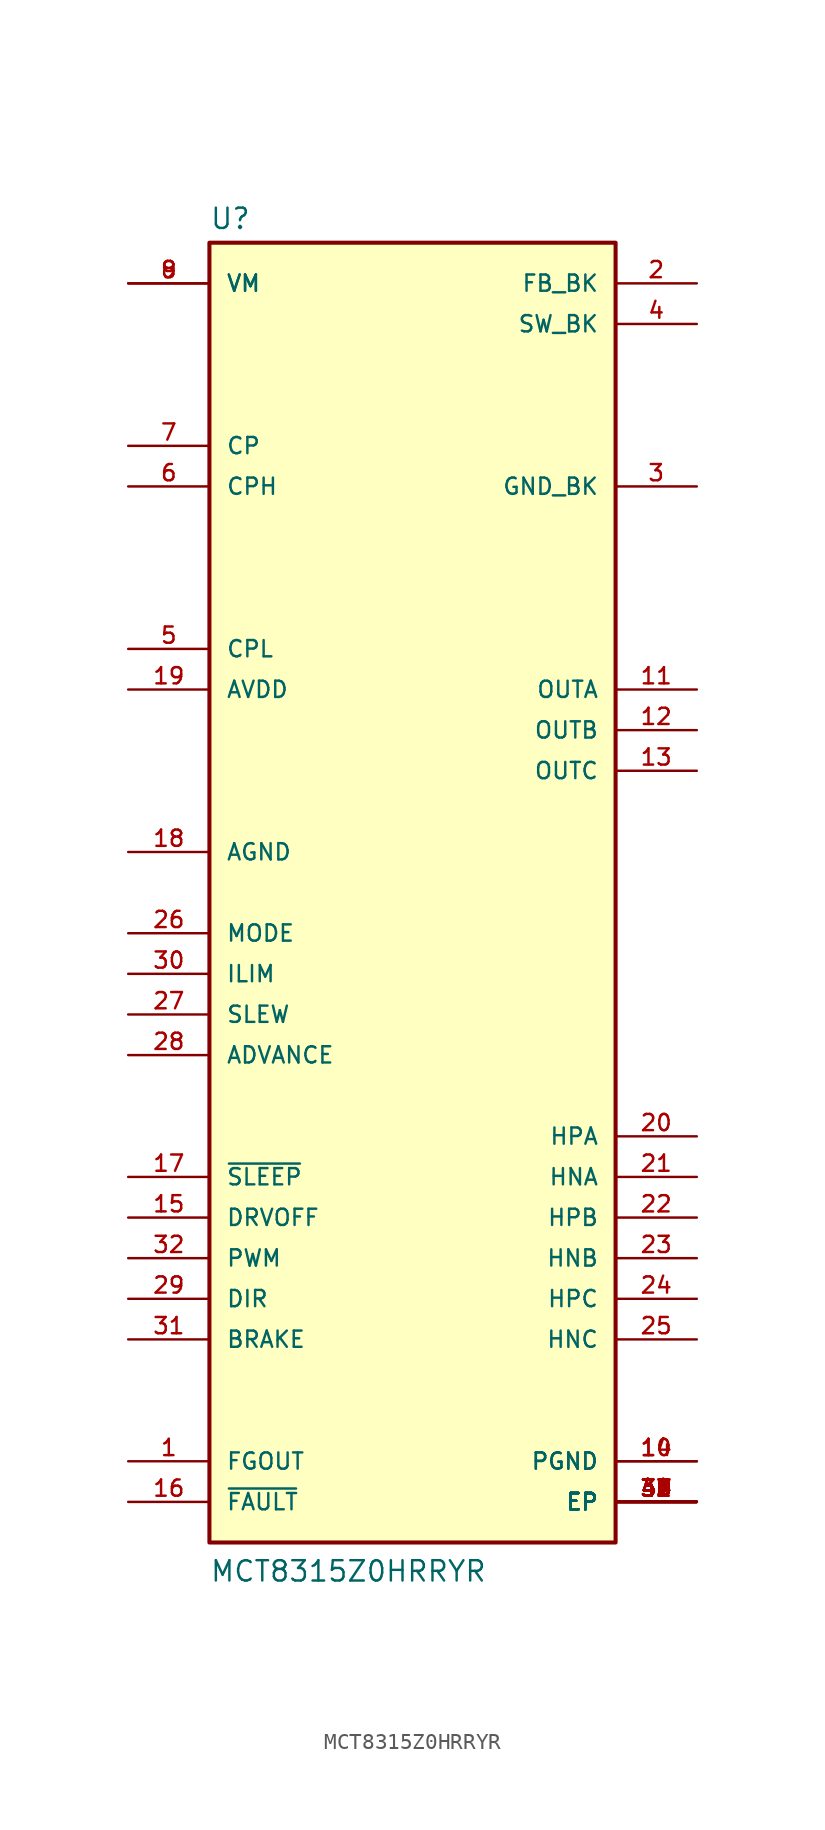
<source format=kicad_sym>
(kicad_symbol_lib
  (version 20231120)
  (generator "kicad_symbol_editor")
  (generator_version "8.0")
  (symbol "MCT8315Z0HRRYR"
    (pin_names
      (offset 1.016))
    (property "Reference" "U"
      (at -12.7 41.402 0)
      (effects (font (size 1.27 1.27)) (justify left bottom)))
    (property "Value" "MCT8315Z0HRRYR"
      (at -12.7 -43.18 0)
      (effects (font (size 1.27 1.27)) (justify left bottom)))
    (symbol "MCT8315Z0HRRYR_0_0"
      (rectangle (start -12.7 40.64) (end 12.7 -40.64) (stroke (width 0.254) (type default)) (fill (type background)))
      (pin output line (at -17.78 -35.56 0) (length 5.08) (name "FGOUT" (effects (font (size 1.016 1.016)))) (number "1" (effects (font (size 1.016 1.016)))))
      (pin power_in line (at 17.78 -35.56 180) (length 5.08) (name "PGND" (effects (font (size 1.016 1.016)))) (number "10" (effects (font (size 1.016 1.016)))))
      (pin power_in line (at 17.78 -35.56 180) (length 5.08) (name "PGND" (effects (font (size 1.016 1.016)))) (number "14" (effects (font (size 1.016 1.016)))))
      (pin input line (at -17.78 -20.32 0) (length 5.08) (name "DRVOFF" (effects (font (size 1.016 1.016)))) (number "15" (effects (font (size 1.016 1.016)))))
      (pin output line (at -17.78 -38.1 0) (length 5.08) (name "~{FAULT}" (effects (font (size 1.016 1.016)))) (number "16" (effects (font (size 1.016 1.016)))))
      (pin input line (at -17.78 -17.78 0) (length 5.08) (name "~{SLEEP}" (effects (font (size 1.016 1.016)))) (number "17" (effects (font (size 1.016 1.016)))))
      (pin power_in line (at -17.78 2.54 0) (length 5.08) (name "AGND" (effects (font (size 1.016 1.016)))) (number "18" (effects (font (size 1.016 1.016)))))
      (pin input line (at 17.78 38.1 180) (length 5.08) (name "FB_BK" (effects (font (size 1.016 1.016)))) (number "2" (effects (font (size 1.016 1.016)))))
      (pin input line (at 17.78 -15.24 180) (length 5.08) (name "HPA" (effects (font (size 1.016 1.016)))) (number "20" (effects (font (size 1.016 1.016)))))
      (pin input line (at 17.78 -17.78 180) (length 5.08) (name "HNA" (effects (font (size 1.016 1.016)))) (number "21" (effects (font (size 1.016 1.016)))))
      (pin input line (at 17.78 -20.32 180) (length 5.08) (name "HPB" (effects (font (size 1.016 1.016)))) (number "22" (effects (font (size 1.016 1.016)))))
      (pin input line (at 17.78 -22.86 180) (length 5.08) (name "HNB" (effects (font (size 1.016 1.016)))) (number "23" (effects (font (size 1.016 1.016)))))
      (pin input line (at 17.78 -25.4 180) (length 5.08) (name "HPC" (effects (font (size 1.016 1.016)))) (number "24" (effects (font (size 1.016 1.016)))))
      (pin input line (at 17.78 -27.94 180) (length 5.08) (name "HNC" (effects (font (size 1.016 1.016)))) (number "25" (effects (font (size 1.016 1.016)))))
      (pin input line (at -17.78 -2.54 0) (length 5.08) (name "MODE" (effects (font (size 1.016 1.016)))) (number "26" (effects (font (size 1.016 1.016)))))
      (pin input line (at -17.78 -7.62 0) (length 5.08) (name "SLEW" (effects (font (size 1.016 1.016)))) (number "27" (effects (font (size 1.016 1.016)))))
      (pin input line (at -17.78 -10.16 0) (length 5.08) (name "ADVANCE" (effects (font (size 1.016 1.016)))) (number "28" (effects (font (size 1.016 1.016)))))
      (pin input line (at -17.78 -25.4 0) (length 5.08) (name "DIR" (effects (font (size 1.016 1.016)))) (number "29" (effects (font (size 1.016 1.016)))))
      (pin power_in line (at 17.78 25.4 180) (length 5.08) (name "GND_BK" (effects (font (size 1.016 1.016)))) (number "3" (effects (font (size 1.016 1.016)))))
      (pin input line (at -17.78 -5.08 0) (length 5.08) (name "ILIM" (effects (font (size 1.016 1.016)))) (number "30" (effects (font (size 1.016 1.016)))))
      (pin input line (at -17.78 -27.94 0) (length 5.08) (name "BRAKE" (effects (font (size 1.016 1.016)))) (number "31" (effects (font (size 1.016 1.016)))))
      (pin input line (at -17.78 -22.86 0) (length 5.08) (name "PWM" (effects (font (size 1.016 1.016)))) (number "32" (effects (font (size 1.016 1.016)))))
      (pin power_in line (at 17.78 -38.1 180) (length 5.08) (name "EP" (effects (font (size 1.016 1.016)))) (number "33" (effects (font (size 1.016 1.016)))))
      (pin power_in line (at -17.78 38.1 0) (length 5.08) (name "VM" (effects (font (size 1.016 1.016)))) (number "8" (effects (font (size 1.016 1.016)))))
      (pin power_in line (at -17.78 38.1 0) (length 5.08) (name "VM" (effects (font (size 1.016 1.016)))) (number "9" (effects (font (size 1.016 1.016))))))
    (symbol "MCT8315Z0HRRYR_1_0"
      (pin power_out line (at 17.78 12.7 180) (length 5.08) (name "OUTA" (effects (font (size 1.016 1.016)))) (number "11" (effects (font (size 1.016 1.016)))))
      (pin power_out line (at 17.78 10.16 180) (length 5.08) (name "OUTB" (effects (font (size 1.016 1.016)))) (number "12" (effects (font (size 1.016 1.016)))))
      (pin power_out line (at 17.78 7.62 180) (length 5.08) (name "OUTC" (effects (font (size 1.016 1.016)))) (number "13" (effects (font (size 1.016 1.016)))))
      (pin power_out line (at -17.78 12.7 0) (length 5.08) (name "AVDD" (effects (font (size 1.016 1.016)))) (number "19" (effects (font (size 1.016 1.016)))))
      (pin power_in line (at 17.78 -38.1 180) (length 5.08) (name "EP" (effects (font (size 1.016 1.016)))) (number "34" (effects (font (size 1.016 1.016)))))
      (pin power_in line (at 17.78 -38.1 180) (length 5.08) (name "EP" (effects (font (size 1.016 1.016)))) (number "35" (effects (font (size 1.016 1.016)))))
      (pin power_in line (at 17.78 -38.1 180) (length 5.08) (name "EP" (effects (font (size 1.016 1.016)))) (number "36" (effects (font (size 1.016 1.016)))))
      (pin power_in line (at 17.78 -38.1 180) (length 5.08) (name "EP" (effects (font (size 1.016 1.016)))) (number "37" (effects (font (size 1.016 1.016)))))
      (pin power_in line (at 17.78 -38.1 180) (length 5.08) (name "EP" (effects (font (size 1.016 1.016)))) (number "38" (effects (font (size 1.016 1.016)))))
      (pin power_in line (at 17.78 -38.1 180) (length 5.08) (name "EP" (effects (font (size 1.016 1.016)))) (number "39" (effects (font (size 1.016 1.016)))))
      (pin power_out line (at 17.78 35.56 180) (length 5.08) (name "SW_BK" (effects (font (size 1.016 1.016)))) (number "4" (effects (font (size 1.016 1.016)))))
      (pin power_in line (at 17.78 -38.1 180) (length 5.08) (name "EP" (effects (font (size 1.016 1.016)))) (number "40" (effects (font (size 1.016 1.016)))))
      (pin power_in line (at 17.78 -38.1 180) (length 5.08) (name "EP" (effects (font (size 1.016 1.016)))) (number "41" (effects (font (size 1.016 1.016)))))
      (pin power_in line (at 17.78 -38.1 180) (length 5.08) (name "EP" (effects (font (size 1.016 1.016)))) (number "42" (effects (font (size 1.016 1.016)))))
      (pin power_in line (at 17.78 -38.1 180) (length 5.08) (name "EP" (effects (font (size 1.016 1.016)))) (number "43" (effects (font (size 1.016 1.016)))))
      (pin power_in line (at 17.78 -38.1 180) (length 5.08) (name "EP" (effects (font (size 1.016 1.016)))) (number "44" (effects (font (size 1.016 1.016)))))
      (pin power_out line (at -17.78 15.24 0) (length 5.08) (name "CPL" (effects (font (size 1.016 1.016)))) (number "5" (effects (font (size 1.016 1.016)))))
      (pin power_out line (at -17.78 25.4 0) (length 5.08) (name "CPH" (effects (font (size 1.016 1.016)))) (number "6" (effects (font (size 1.016 1.016)))))
      (pin power_out line (at -17.78 27.94 0) (length 5.08) (name "CP" (effects (font (size 1.016 1.016)))) (number "7" (effects (font (size 1.016 1.016))))))))
</source>
